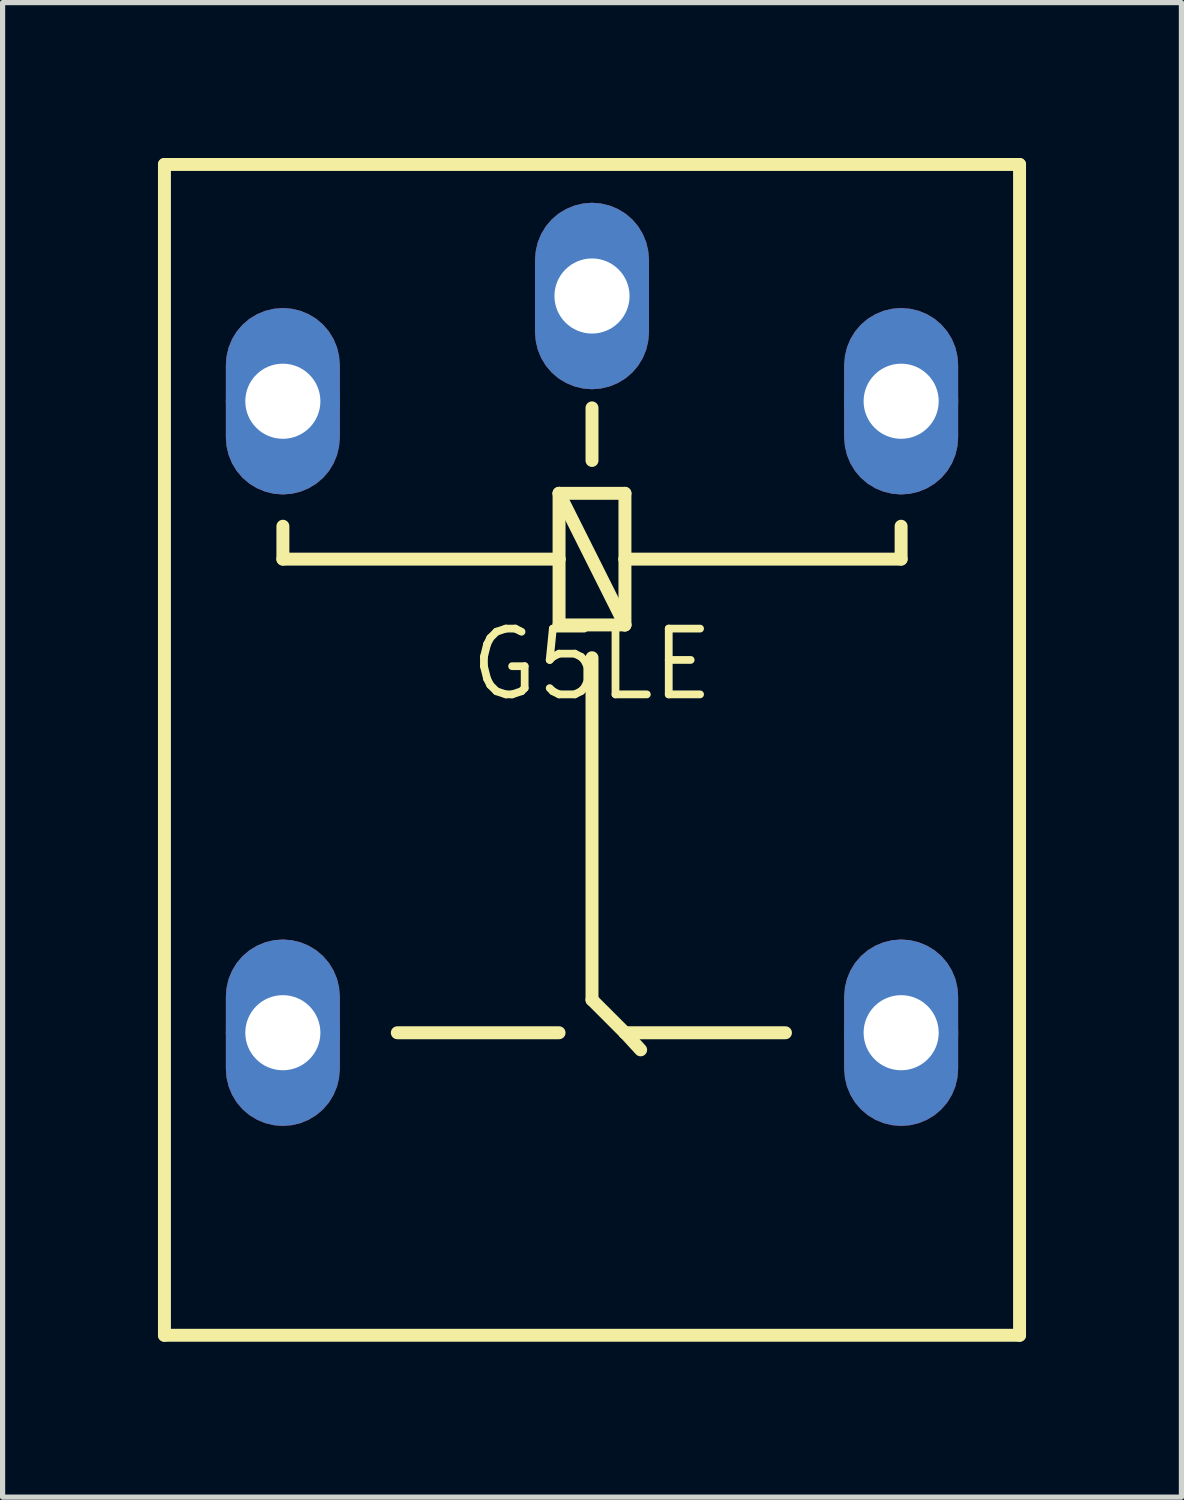
<source format=kicad_pcb>
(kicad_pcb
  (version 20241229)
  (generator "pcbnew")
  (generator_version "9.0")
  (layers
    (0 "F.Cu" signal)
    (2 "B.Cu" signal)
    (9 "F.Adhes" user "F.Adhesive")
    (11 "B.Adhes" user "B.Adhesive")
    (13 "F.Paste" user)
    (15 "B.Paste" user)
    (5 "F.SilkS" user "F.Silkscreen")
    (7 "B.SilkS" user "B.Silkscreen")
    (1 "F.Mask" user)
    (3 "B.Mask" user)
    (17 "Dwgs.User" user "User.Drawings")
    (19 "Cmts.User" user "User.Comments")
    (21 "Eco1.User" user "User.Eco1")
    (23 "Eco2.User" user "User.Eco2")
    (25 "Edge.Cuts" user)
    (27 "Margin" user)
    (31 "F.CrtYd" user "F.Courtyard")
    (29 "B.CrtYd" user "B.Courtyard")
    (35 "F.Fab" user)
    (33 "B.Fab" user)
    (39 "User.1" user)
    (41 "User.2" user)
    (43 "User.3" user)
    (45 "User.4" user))
  (footprint "G5LE"
    (layer "F.Cu")
    (at 8.38 9.777)
    (property "Reference" "G5LE" (at 0 0 0) (layer "F.SilkS") (effects (font (size 1.27 1.27) (thickness 0.15))))
    (fp_poly (pts (xy -5.797 -6.866) (xy -5.629 -6.826) (xy -5.47 -6.76) (xy -5.322 -6.67) (xy -5.191 -6.558) (xy -5.079 -6.427) (xy -4.989 -6.279) (xy -4.923 -6.12) (xy -4.883 -5.952) (xy -4.869 -5.78) (xy -4.869 -4.38) (xy -4.883 -4.208) (xy -4.923 -4.04) (xy -4.989 -3.881) (xy -5.079 -3.733) (xy -5.191 -3.602) (xy -5.322 -3.49) (xy -5.47 -3.4) (xy -5.629 -3.334) (xy -5.797 -3.294) (xy -5.969 -3.28) (xy -6.141 -3.294) (xy -6.309 -3.334) (xy -6.468 -3.4) (xy -6.616 -3.49) (xy -6.747 -3.602) (xy -6.859 -3.733) (xy -6.949 -3.881) (xy -7.015 -4.04) (xy -7.055 -4.208) (xy -7.069 -4.38) (xy -7.069 -5.78) (xy -7.055 -5.952) (xy -7.015 -6.12) (xy -6.949 -6.279) (xy -6.859 -6.427) (xy -6.747 -6.558) (xy -6.616 -6.67) (xy -6.468 -6.76) (xy -6.309 -6.826) (xy -6.141 -6.866) (xy -5.969 -6.88)) (stroke (width 0) (type default)) (fill yes) (layer "F.Cu"))
    (fp_poly (pts (xy -5.797 5.326) (xy -5.629 5.366) (xy -5.47 5.432) (xy -5.322 5.522) (xy -5.191 5.634) (xy -5.079 5.765) (xy -4.989 5.913) (xy -4.923 6.072) (xy -4.883 6.24) (xy -4.869 6.412) (xy -4.869 7.812) (xy -4.883 7.984) (xy -4.923 8.152) (xy -4.989 8.311) (xy -5.079 8.459) (xy -5.191 8.59) (xy -5.322 8.702) (xy -5.47 8.792) (xy -5.629 8.858) (xy -5.797 8.898) (xy -5.969 8.912) (xy -6.141 8.898) (xy -6.309 8.858) (xy -6.468 8.792) (xy -6.616 8.702) (xy -6.747 8.59) (xy -6.859 8.459) (xy -6.949 8.311) (xy -7.015 8.152) (xy -7.055 7.984) (xy -7.069 7.812) (xy -7.069 6.412) (xy -7.055 6.24) (xy -7.015 6.072) (xy -6.949 5.913) (xy -6.859 5.765) (xy -6.747 5.634) (xy -6.616 5.522) (xy -6.468 5.432) (xy -6.309 5.366) (xy -6.141 5.326) (xy -5.969 5.312)) (stroke (width 0) (type default)) (fill yes) (layer "F.Cu"))
    (fp_poly (pts (xy 0.172 -8.898) (xy 0.34 -8.858) (xy 0.499 -8.792) (xy 0.647 -8.702) (xy 0.778 -8.59) (xy 0.89 -8.459) (xy 0.98 -8.311) (xy 1.046 -8.152) (xy 1.086 -7.984) (xy 1.1 -7.812) (xy 1.1 -6.412) (xy 1.086 -6.24) (xy 1.046 -6.072) (xy 0.98 -5.913) (xy 0.89 -5.765) (xy 0.778 -5.634) (xy 0.647 -5.522) (xy 0.499 -5.432) (xy 0.34 -5.366) (xy 0.172 -5.326) (xy 0 -5.312) (xy -0.172 -5.326) (xy -0.34 -5.366) (xy -0.499 -5.432) (xy -0.647 -5.522) (xy -0.778 -5.634) (xy -0.89 -5.765) (xy -0.98 -5.913) (xy -1.046 -6.072) (xy -1.086 -6.24) (xy -1.1 -6.412) (xy -1.1 -7.812) (xy -1.086 -7.984) (xy -1.046 -8.152) (xy -0.98 -8.311) (xy -0.89 -8.459) (xy -0.778 -8.59) (xy -0.647 -8.702) (xy -0.499 -8.792) (xy -0.34 -8.858) (xy -0.172 -8.898) (xy 0 -8.912)) (stroke (width 0) (type default)) (fill yes) (layer "F.Cu"))
    (fp_poly (pts (xy 6.141 -6.866) (xy 6.309 -6.826) (xy 6.468 -6.76) (xy 6.616 -6.67) (xy 6.747 -6.558) (xy 6.859 -6.427) (xy 6.949 -6.279) (xy 7.015 -6.12) (xy 7.055 -5.952) (xy 7.069 -5.78) (xy 7.069 -4.38) (xy 7.055 -4.208) (xy 7.015 -4.04) (xy 6.949 -3.881) (xy 6.859 -3.733) (xy 6.747 -3.602) (xy 6.616 -3.49) (xy 6.468 -3.4) (xy 6.309 -3.334) (xy 6.141 -3.294) (xy 5.969 -3.28) (xy 5.797 -3.294) (xy 5.629 -3.334) (xy 5.47 -3.4) (xy 5.322 -3.49) (xy 5.191 -3.602) (xy 5.079 -3.733) (xy 4.989 -3.881) (xy 4.923 -4.04) (xy 4.883 -4.208) (xy 4.869 -4.38) (xy 4.869 -5.78) (xy 4.883 -5.952) (xy 4.923 -6.12) (xy 4.989 -6.279) (xy 5.079 -6.427) (xy 5.191 -6.558) (xy 5.322 -6.67) (xy 5.47 -6.76) (xy 5.629 -6.826) (xy 5.797 -6.866) (xy 5.969 -6.88)) (stroke (width 0) (type default)) (fill yes) (layer "F.Cu"))
    (fp_poly (pts (xy 6.141 5.326) (xy 6.309 5.366) (xy 6.468 5.432) (xy 6.616 5.522) (xy 6.747 5.634) (xy 6.859 5.765) (xy 6.949 5.913) (xy 7.015 6.072) (xy 7.055 6.24) (xy 7.069 6.412) (xy 7.069 7.812) (xy 7.055 7.984) (xy 7.015 8.152) (xy 6.949 8.311) (xy 6.859 8.459) (xy 6.747 8.59) (xy 6.616 8.702) (xy 6.468 8.792) (xy 6.309 8.858) (xy 6.141 8.898) (xy 5.969 8.912) (xy 5.797 8.898) (xy 5.629 8.858) (xy 5.47 8.792) (xy 5.322 8.702) (xy 5.191 8.59) (xy 5.079 8.459) (xy 4.989 8.311) (xy 4.923 8.152) (xy 4.883 7.984) (xy 4.869 7.812) (xy 4.869 6.412) (xy 4.883 6.24) (xy 4.923 6.072) (xy 4.989 5.913) (xy 5.079 5.765) (xy 5.191 5.634) (xy 5.322 5.522) (xy 5.47 5.432) (xy 5.629 5.366) (xy 5.797 5.326) (xy 5.969 5.312)) (stroke (width 0) (type default)) (fill yes) (layer "F.Cu"))
    (fp_poly (pts (xy -5.789 -6.917) (xy -5.614 -6.875) (xy -5.447 -6.806) (xy -5.292 -6.711) (xy -5.155 -6.594) (xy -5.038 -6.457) (xy -4.943 -6.302) (xy -4.874 -6.135) (xy -4.832 -5.96) (xy -4.818 -5.78) (xy -4.818 -4.38) (xy -4.832 -4.2) (xy -4.874 -4.025) (xy -4.943 -3.858) (xy -5.038 -3.703) (xy -5.155 -3.566) (xy -5.292 -3.449) (xy -5.447 -3.354) (xy -5.614 -3.285) (xy -5.789 -3.243) (xy -5.969 -3.229) (xy -6.149 -3.243) (xy -6.324 -3.285) (xy -6.491 -3.354) (xy -6.646 -3.449) (xy -6.783 -3.566) (xy -6.9 -3.703) (xy -6.995 -3.858) (xy -7.064 -4.025) (xy -7.106 -4.2) (xy -7.12 -4.38) (xy -7.12 -5.78) (xy -7.106 -5.96) (xy -7.064 -6.135) (xy -6.995 -6.302) (xy -6.9 -6.457) (xy -6.783 -6.594) (xy -6.646 -6.711) (xy -6.491 -6.806) (xy -6.324 -6.875) (xy -6.149 -6.917) (xy -5.969 -6.931)) (stroke (width 0) (type default)) (fill yes) (layer "F.Mask"))
    (fp_poly (pts (xy -5.789 5.275) (xy -5.614 5.317) (xy -5.447 5.386) (xy -5.292 5.481) (xy -5.155 5.598) (xy -5.038 5.735) (xy -4.943 5.89) (xy -4.874 6.057) (xy -4.832 6.232) (xy -4.818 6.412) (xy -4.818 7.812) (xy -4.832 7.992) (xy -4.874 8.167) (xy -4.943 8.334) (xy -5.038 8.489) (xy -5.155 8.626) (xy -5.292 8.743) (xy -5.447 8.838) (xy -5.614 8.907) (xy -5.789 8.949) (xy -5.969 8.963) (xy -6.149 8.949) (xy -6.324 8.907) (xy -6.491 8.838) (xy -6.646 8.743) (xy -6.783 8.626) (xy -6.9 8.489) (xy -6.995 8.334) (xy -7.064 8.167) (xy -7.106 7.992) (xy -7.12 7.812) (xy -7.12 6.412) (xy -7.106 6.232) (xy -7.064 6.057) (xy -6.995 5.89) (xy -6.9 5.735) (xy -6.783 5.598) (xy -6.646 5.481) (xy -6.491 5.386) (xy -6.324 5.317) (xy -6.149 5.275) (xy -5.969 5.261)) (stroke (width 0) (type default)) (fill yes) (layer "F.Mask"))
    (fp_poly (pts (xy 0.18 -8.949) (xy 0.355 -8.907) (xy 0.522 -8.838) (xy 0.677 -8.743) (xy 0.814 -8.626) (xy 0.931 -8.489) (xy 1.026 -8.334) (xy 1.095 -8.167) (xy 1.137 -7.992) (xy 1.151 -7.812) (xy 1.151 -6.412) (xy 1.137 -6.232) (xy 1.095 -6.057) (xy 1.026 -5.89) (xy 0.931 -5.735) (xy 0.814 -5.598) (xy 0.677 -5.481) (xy 0.522 -5.386) (xy 0.355 -5.317) (xy 0.18 -5.275) (xy 0 -5.261) (xy -0.18 -5.275) (xy -0.355 -5.317) (xy -0.522 -5.386) (xy -0.677 -5.481) (xy -0.814 -5.598) (xy -0.931 -5.735) (xy -1.026 -5.89) (xy -1.095 -6.057) (xy -1.137 -6.232) (xy -1.151 -6.412) (xy -1.151 -7.812) (xy -1.137 -7.992) (xy -1.095 -8.167) (xy -1.026 -8.334) (xy -0.931 -8.489) (xy -0.814 -8.626) (xy -0.677 -8.743) (xy -0.522 -8.838) (xy -0.355 -8.907) (xy -0.18 -8.949) (xy 0 -8.963)) (stroke (width 0) (type default)) (fill yes) (layer "F.Mask"))
    (fp_poly (pts (xy 6.149 -6.917) (xy 6.324 -6.875) (xy 6.491 -6.806) (xy 6.646 -6.711) (xy 6.783 -6.594) (xy 6.9 -6.457) (xy 6.995 -6.302) (xy 7.064 -6.135) (xy 7.106 -5.96) (xy 7.12 -5.78) (xy 7.12 -4.38) (xy 7.106 -4.2) (xy 7.064 -4.025) (xy 6.995 -3.858) (xy 6.9 -3.703) (xy 6.783 -3.566) (xy 6.646 -3.449) (xy 6.491 -3.354) (xy 6.324 -3.285) (xy 6.149 -3.243) (xy 5.969 -3.229) (xy 5.789 -3.243) (xy 5.614 -3.285) (xy 5.447 -3.354) (xy 5.292 -3.449) (xy 5.155 -3.566) (xy 5.038 -3.703) (xy 4.943 -3.858) (xy 4.874 -4.025) (xy 4.832 -4.2) (xy 4.818 -4.38) (xy 4.818 -5.78) (xy 4.832 -5.96) (xy 4.874 -6.135) (xy 4.943 -6.302) (xy 5.038 -6.457) (xy 5.155 -6.594) (xy 5.292 -6.711) (xy 5.447 -6.806) (xy 5.614 -6.875) (xy 5.789 -6.917) (xy 5.969 -6.931)) (stroke (width 0) (type default)) (fill yes) (layer "F.Mask"))
    (fp_poly (pts (xy 6.149 5.275) (xy 6.324 5.317) (xy 6.491 5.386) (xy 6.646 5.481) (xy 6.783 5.598) (xy 6.9 5.735) (xy 6.995 5.89) (xy 7.064 6.057) (xy 7.106 6.232) (xy 7.12 6.412) (xy 7.12 7.812) (xy 7.106 7.992) (xy 7.064 8.167) (xy 6.995 8.334) (xy 6.9 8.489) (xy 6.783 8.626) (xy 6.646 8.743) (xy 6.491 8.838) (xy 6.324 8.907) (xy 6.149 8.949) (xy 5.969 8.963) (xy 5.789 8.949) (xy 5.614 8.907) (xy 5.447 8.838) (xy 5.292 8.743) (xy 5.155 8.626) (xy 5.038 8.489) (xy 4.943 8.334) (xy 4.874 8.167) (xy 4.832 7.992) (xy 4.818 7.812) (xy 4.818 6.412) (xy 4.832 6.232) (xy 4.874 6.057) (xy 4.943 5.89) (xy 5.038 5.735) (xy 5.155 5.598) (xy 5.292 5.481) (xy 5.447 5.386) (xy 5.614 5.317) (xy 5.789 5.275) (xy 5.969 5.261)) (stroke (width 0) (type default)) (fill yes) (layer "F.Mask"))
    (fp_poly (pts (xy -5.797 -6.866) (xy -5.629 -6.826) (xy -5.47 -6.76) (xy -5.322 -6.67) (xy -5.191 -6.558) (xy -5.079 -6.427) (xy -4.989 -6.279) (xy -4.923 -6.12) (xy -4.883 -5.952) (xy -4.869 -5.78) (xy -4.869 -4.38) (xy -4.883 -4.208) (xy -4.923 -4.04) (xy -4.989 -3.881) (xy -5.079 -3.733) (xy -5.191 -3.602) (xy -5.322 -3.49) (xy -5.47 -3.4) (xy -5.629 -3.334) (xy -5.797 -3.294) (xy -5.969 -3.28) (xy -6.141 -3.294) (xy -6.309 -3.334) (xy -6.468 -3.4) (xy -6.616 -3.49) (xy -6.747 -3.602) (xy -6.859 -3.733) (xy -6.949 -3.881) (xy -7.015 -4.04) (xy -7.055 -4.208) (xy -7.069 -4.38) (xy -7.069 -5.78) (xy -7.055 -5.952) (xy -7.015 -6.12) (xy -6.949 -6.279) (xy -6.859 -6.427) (xy -6.747 -6.558) (xy -6.616 -6.67) (xy -6.468 -6.76) (xy -6.309 -6.826) (xy -6.141 -6.866) (xy -5.969 -6.88)) (stroke (width 0) (type default)) (fill yes) (layer "B.Cu"))
    (fp_poly (pts (xy -5.797 5.326) (xy -5.629 5.366) (xy -5.47 5.432) (xy -5.322 5.522) (xy -5.191 5.634) (xy -5.079 5.765) (xy -4.989 5.913) (xy -4.923 6.072) (xy -4.883 6.24) (xy -4.869 6.412) (xy -4.869 7.812) (xy -4.883 7.984) (xy -4.923 8.152) (xy -4.989 8.311) (xy -5.079 8.459) (xy -5.191 8.59) (xy -5.322 8.702) (xy -5.47 8.792) (xy -5.629 8.858) (xy -5.797 8.898) (xy -5.969 8.912) (xy -6.141 8.898) (xy -6.309 8.858) (xy -6.468 8.792) (xy -6.616 8.702) (xy -6.747 8.59) (xy -6.859 8.459) (xy -6.949 8.311) (xy -7.015 8.152) (xy -7.055 7.984) (xy -7.069 7.812) (xy -7.069 6.412) (xy -7.055 6.24) (xy -7.015 6.072) (xy -6.949 5.913) (xy -6.859 5.765) (xy -6.747 5.634) (xy -6.616 5.522) (xy -6.468 5.432) (xy -6.309 5.366) (xy -6.141 5.326) (xy -5.969 5.312)) (stroke (width 0) (type default)) (fill yes) (layer "B.Cu"))
    (fp_poly (pts (xy 0.172 -8.898) (xy 0.34 -8.858) (xy 0.499 -8.792) (xy 0.647 -8.702) (xy 0.778 -8.59) (xy 0.89 -8.459) (xy 0.98 -8.311) (xy 1.046 -8.152) (xy 1.086 -7.984) (xy 1.1 -7.812) (xy 1.1 -6.412) (xy 1.086 -6.24) (xy 1.046 -6.072) (xy 0.98 -5.913) (xy 0.89 -5.765) (xy 0.778 -5.634) (xy 0.647 -5.522) (xy 0.499 -5.432) (xy 0.34 -5.366) (xy 0.172 -5.326) (xy 0 -5.312) (xy -0.172 -5.326) (xy -0.34 -5.366) (xy -0.499 -5.432) (xy -0.647 -5.522) (xy -0.778 -5.634) (xy -0.89 -5.765) (xy -0.98 -5.913) (xy -1.046 -6.072) (xy -1.086 -6.24) (xy -1.1 -6.412) (xy -1.1 -7.812) (xy -1.086 -7.984) (xy -1.046 -8.152) (xy -0.98 -8.311) (xy -0.89 -8.459) (xy -0.778 -8.59) (xy -0.647 -8.702) (xy -0.499 -8.792) (xy -0.34 -8.858) (xy -0.172 -8.898) (xy 0 -8.912)) (stroke (width 0) (type default)) (fill yes) (layer "B.Cu"))
    (fp_poly (pts (xy 6.141 -6.866) (xy 6.309 -6.826) (xy 6.468 -6.76) (xy 6.616 -6.67) (xy 6.747 -6.558) (xy 6.859 -6.427) (xy 6.949 -6.279) (xy 7.015 -6.12) (xy 7.055 -5.952) (xy 7.069 -5.78) (xy 7.069 -4.38) (xy 7.055 -4.208) (xy 7.015 -4.04) (xy 6.949 -3.881) (xy 6.859 -3.733) (xy 6.747 -3.602) (xy 6.616 -3.49) (xy 6.468 -3.4) (xy 6.309 -3.334) (xy 6.141 -3.294) (xy 5.969 -3.28) (xy 5.797 -3.294) (xy 5.629 -3.334) (xy 5.47 -3.4) (xy 5.322 -3.49) (xy 5.191 -3.602) (xy 5.079 -3.733) (xy 4.989 -3.881) (xy 4.923 -4.04) (xy 4.883 -4.208) (xy 4.869 -4.38) (xy 4.869 -5.78) (xy 4.883 -5.952) (xy 4.923 -6.12) (xy 4.989 -6.279) (xy 5.079 -6.427) (xy 5.191 -6.558) (xy 5.322 -6.67) (xy 5.47 -6.76) (xy 5.629 -6.826) (xy 5.797 -6.866) (xy 5.969 -6.88)) (stroke (width 0) (type default)) (fill yes) (layer "B.Cu"))
    (fp_poly (pts (xy 6.141 5.326) (xy 6.309 5.366) (xy 6.468 5.432) (xy 6.616 5.522) (xy 6.747 5.634) (xy 6.859 5.765) (xy 6.949 5.913) (xy 7.015 6.072) (xy 7.055 6.24) (xy 7.069 6.412) (xy 7.069 7.812) (xy 7.055 7.984) (xy 7.015 8.152) (xy 6.949 8.311) (xy 6.859 8.459) (xy 6.747 8.59) (xy 6.616 8.702) (xy 6.468 8.792) (xy 6.309 8.858) (xy 6.141 8.898) (xy 5.969 8.912) (xy 5.797 8.898) (xy 5.629 8.858) (xy 5.47 8.792) (xy 5.322 8.702) (xy 5.191 8.59) (xy 5.079 8.459) (xy 4.989 8.311) (xy 4.923 8.152) (xy 4.883 7.984) (xy 4.869 7.812) (xy 4.869 6.412) (xy 4.883 6.24) (xy 4.923 6.072) (xy 4.989 5.913) (xy 5.079 5.765) (xy 5.191 5.634) (xy 5.322 5.522) (xy 5.47 5.432) (xy 5.629 5.366) (xy 5.797 5.326) (xy 5.969 5.312)) (stroke (width 0) (type default)) (fill yes) (layer "B.Cu"))
    (fp_poly (pts (xy -5.789 -6.917) (xy -5.614 -6.875) (xy -5.447 -6.806) (xy -5.292 -6.711) (xy -5.155 -6.594) (xy -5.038 -6.457) (xy -4.943 -6.302) (xy -4.874 -6.135) (xy -4.832 -5.96) (xy -4.818 -5.78) (xy -4.818 -4.38) (xy -4.832 -4.2) (xy -4.874 -4.025) (xy -4.943 -3.858) (xy -5.038 -3.703) (xy -5.155 -3.566) (xy -5.292 -3.449) (xy -5.447 -3.354) (xy -5.614 -3.285) (xy -5.789 -3.243) (xy -5.969 -3.229) (xy -6.149 -3.243) (xy -6.324 -3.285) (xy -6.491 -3.354) (xy -6.646 -3.449) (xy -6.783 -3.566) (xy -6.9 -3.703) (xy -6.995 -3.858) (xy -7.064 -4.025) (xy -7.106 -4.2) (xy -7.12 -4.38) (xy -7.12 -5.78) (xy -7.106 -5.96) (xy -7.064 -6.135) (xy -6.995 -6.302) (xy -6.9 -6.457) (xy -6.783 -6.594) (xy -6.646 -6.711) (xy -6.491 -6.806) (xy -6.324 -6.875) (xy -6.149 -6.917) (xy -5.969 -6.931)) (stroke (width 0) (type default)) (fill yes) (layer "B.Mask"))
    (fp_poly (pts (xy -5.789 5.275) (xy -5.614 5.317) (xy -5.447 5.386) (xy -5.292 5.481) (xy -5.155 5.598) (xy -5.038 5.735) (xy -4.943 5.89) (xy -4.874 6.057) (xy -4.832 6.232) (xy -4.818 6.412) (xy -4.818 7.812) (xy -4.832 7.992) (xy -4.874 8.167) (xy -4.943 8.334) (xy -5.038 8.489) (xy -5.155 8.626) (xy -5.292 8.743) (xy -5.447 8.838) (xy -5.614 8.907) (xy -5.789 8.949) (xy -5.969 8.963) (xy -6.149 8.949) (xy -6.324 8.907) (xy -6.491 8.838) (xy -6.646 8.743) (xy -6.783 8.626) (xy -6.9 8.489) (xy -6.995 8.334) (xy -7.064 8.167) (xy -7.106 7.992) (xy -7.12 7.812) (xy -7.12 6.412) (xy -7.106 6.232) (xy -7.064 6.057) (xy -6.995 5.89) (xy -6.9 5.735) (xy -6.783 5.598) (xy -6.646 5.481) (xy -6.491 5.386) (xy -6.324 5.317) (xy -6.149 5.275) (xy -5.969 5.261)) (stroke (width 0) (type default)) (fill yes) (layer "B.Mask"))
    (fp_poly (pts (xy 0.18 -8.949) (xy 0.355 -8.907) (xy 0.522 -8.838) (xy 0.677 -8.743) (xy 0.814 -8.626) (xy 0.931 -8.489) (xy 1.026 -8.334) (xy 1.095 -8.167) (xy 1.137 -7.992) (xy 1.151 -7.812) (xy 1.151 -6.412) (xy 1.137 -6.232) (xy 1.095 -6.057) (xy 1.026 -5.89) (xy 0.931 -5.735) (xy 0.814 -5.598) (xy 0.677 -5.481) (xy 0.522 -5.386) (xy 0.355 -5.317) (xy 0.18 -5.275) (xy 0 -5.261) (xy -0.18 -5.275) (xy -0.355 -5.317) (xy -0.522 -5.386) (xy -0.677 -5.481) (xy -0.814 -5.598) (xy -0.931 -5.735) (xy -1.026 -5.89) (xy -1.095 -6.057) (xy -1.137 -6.232) (xy -1.151 -6.412) (xy -1.151 -7.812) (xy -1.137 -7.992) (xy -1.095 -8.167) (xy -1.026 -8.334) (xy -0.931 -8.489) (xy -0.814 -8.626) (xy -0.677 -8.743) (xy -0.522 -8.838) (xy -0.355 -8.907) (xy -0.18 -8.949) (xy 0 -8.963)) (stroke (width 0) (type default)) (fill yes) (layer "B.Mask"))
    (fp_poly (pts (xy 6.149 -6.917) (xy 6.324 -6.875) (xy 6.491 -6.806) (xy 6.646 -6.711) (xy 6.783 -6.594) (xy 6.9 -6.457) (xy 6.995 -6.302) (xy 7.064 -6.135) (xy 7.106 -5.96) (xy 7.12 -5.78) (xy 7.12 -4.38) (xy 7.106 -4.2) (xy 7.064 -4.025) (xy 6.995 -3.858) (xy 6.9 -3.703) (xy 6.783 -3.566) (xy 6.646 -3.449) (xy 6.491 -3.354) (xy 6.324 -3.285) (xy 6.149 -3.243) (xy 5.969 -3.229) (xy 5.789 -3.243) (xy 5.614 -3.285) (xy 5.447 -3.354) (xy 5.292 -3.449) (xy 5.155 -3.566) (xy 5.038 -3.703) (xy 4.943 -3.858) (xy 4.874 -4.025) (xy 4.832 -4.2) (xy 4.818 -4.38) (xy 4.818 -5.78) (xy 4.832 -5.96) (xy 4.874 -6.135) (xy 4.943 -6.302) (xy 5.038 -6.457) (xy 5.155 -6.594) (xy 5.292 -6.711) (xy 5.447 -6.806) (xy 5.614 -6.875) (xy 5.789 -6.917) (xy 5.969 -6.931)) (stroke (width 0) (type default)) (fill yes) (layer "B.Mask"))
    (fp_poly (pts (xy 6.149 5.275) (xy 6.324 5.317) (xy 6.491 5.386) (xy 6.646 5.481) (xy 6.783 5.598) (xy 6.9 5.735) (xy 6.995 5.89) (xy 7.064 6.057) (xy 7.106 6.232) (xy 7.12 6.412) (xy 7.12 7.812) (xy 7.106 7.992) (xy 7.064 8.167) (xy 6.995 8.334) (xy 6.9 8.489) (xy 6.783 8.626) (xy 6.646 8.743) (xy 6.491 8.838) (xy 6.324 8.907) (xy 6.149 8.949) (xy 5.969 8.963) (xy 5.789 8.949) (xy 5.614 8.907) (xy 5.447 8.838) (xy 5.292 8.743) (xy 5.155 8.626) (xy 5.038 8.489) (xy 4.943 8.334) (xy 4.874 8.167) (xy 4.832 7.992) (xy 4.818 7.812) (xy 4.818 6.412) (xy 4.832 6.232) (xy 4.874 6.057) (xy 4.943 5.89) (xy 5.038 5.735) (xy 5.155 5.598) (xy 5.292 5.481) (xy 5.447 5.386) (xy 5.614 5.317) (xy 5.789 5.275) (xy 5.969 5.261)) (stroke (width 0) (type default)) (fill yes) (layer "B.Mask"))
    (fp_line (start -8.255 12.954) (end -8.255 -9.652) (stroke (width 0.25) (type solid)) (layer "F.SilkS"))
    (fp_line (start -8.255 12.954) (end 8.255 12.954) (stroke (width 0.25) (type solid)) (layer "F.SilkS"))
    (fp_line (start -5.968 -2.032) (end -5.968 -2.667) (stroke (width 0.25) (type solid)) (layer "F.SilkS"))
    (fp_line (start -0.636 -3.302) (end -0.636 -2.032) (stroke (width 0.25) (type solid)) (layer "F.SilkS"))
    (fp_line (start -0.636 -3.302) (end 0.636 -0.761) (stroke (width 0.25) (type solid)) (layer "F.SilkS"))
    (fp_line (start -0.636 -2.032) (end -5.968 -2.032) (stroke (width 0.25) (type solid)) (layer "F.SilkS"))
    (fp_line (start -0.636 -2.032) (end -0.636 -0.761) (stroke (width 0.25) (type solid)) (layer "F.SilkS"))
    (fp_line (start -0.636 -0.761) (end 0.636 -0.761) (stroke (width 0.25) (type solid)) (layer "F.SilkS"))
    (fp_line (start -0.636 7.113) (end -3.759 7.113) (stroke (width 0.25) (type solid)) (layer "F.SilkS"))
    (fp_line (start 0 -4.952) (end 0 -3.937) (stroke (width 0.25) (type solid)) (layer "F.SilkS"))
    (fp_line (start 0 -0.128) (end 0 6.477) (stroke (width 0.25) (type solid)) (layer "F.SilkS"))
    (fp_line (start 0 6.477) (end 0.636 7.113) (stroke (width 0.25) (type solid)) (layer "F.SilkS"))
    (fp_line (start 0.636 -3.302) (end -0.636 -3.302) (stroke (width 0.25) (type solid)) (layer "F.SilkS"))
    (fp_line (start 0.636 -2.032) (end 0.636 -3.302) (stroke (width 0.25) (type solid)) (layer "F.SilkS"))
    (fp_line (start 0.636 -0.761) (end 0.636 -2.032) (stroke (width 0.25) (type solid)) (layer "F.SilkS"))
    (fp_line (start 0.636 7.113) (end 0.939 7.443) (stroke (width 0.25) (type solid)) (layer "F.SilkS"))
    (fp_line (start 3.735 7.113) (end 0.636 7.113) (stroke (width 0.25) (type solid)) (layer "F.SilkS"))
    (fp_line (start 5.968 -2.667) (end 5.968 -2.032) (stroke (width 0.25) (type solid)) (layer "F.SilkS"))
    (fp_line (start 5.968 -2.032) (end 0.636 -2.032) (stroke (width 0.25) (type solid)) (layer "F.SilkS"))
    (fp_line (start 8.255 -9.652) (end -8.255 -9.652) (stroke (width 0.25) (type solid)) (layer "F.SilkS"))
    (fp_line (start 8.255 -9.652) (end 8.255 12.954) (stroke (width 0.25) (type solid)) (layer "F.SilkS"))
    (pad "1" thru_hole circle (at -5.969 -5.08 90) (size 2.2 2.2) (drill 1.45) (layers "*.Cu"))
    (pad "2" thru_hole circle (at 5.969 -5.08 90) (size 2.2 2.2) (drill 1.45) (layers "*.Cu"))
    (pad "O" thru_hole circle (at 5.969 7.112 90) (size 2.2 2.2) (drill 1.45) (layers "*.Cu"))
    (pad "P" thru_hole circle (at 0 -7.112 90) (size 2.2 2.2) (drill 1.45) (layers "*.Cu"))
    (pad "S" thru_hole circle (at -5.969 7.112 90) (size 2.2 2.2) (drill 1.45) (layers "*.Cu")))
  (gr_rect
    (start -3 -3)
    (end 19.76 25.856)
    (stroke (width 0.1) (type default))
    (fill no)
    (layer "Edge.Cuts")))
</source>
